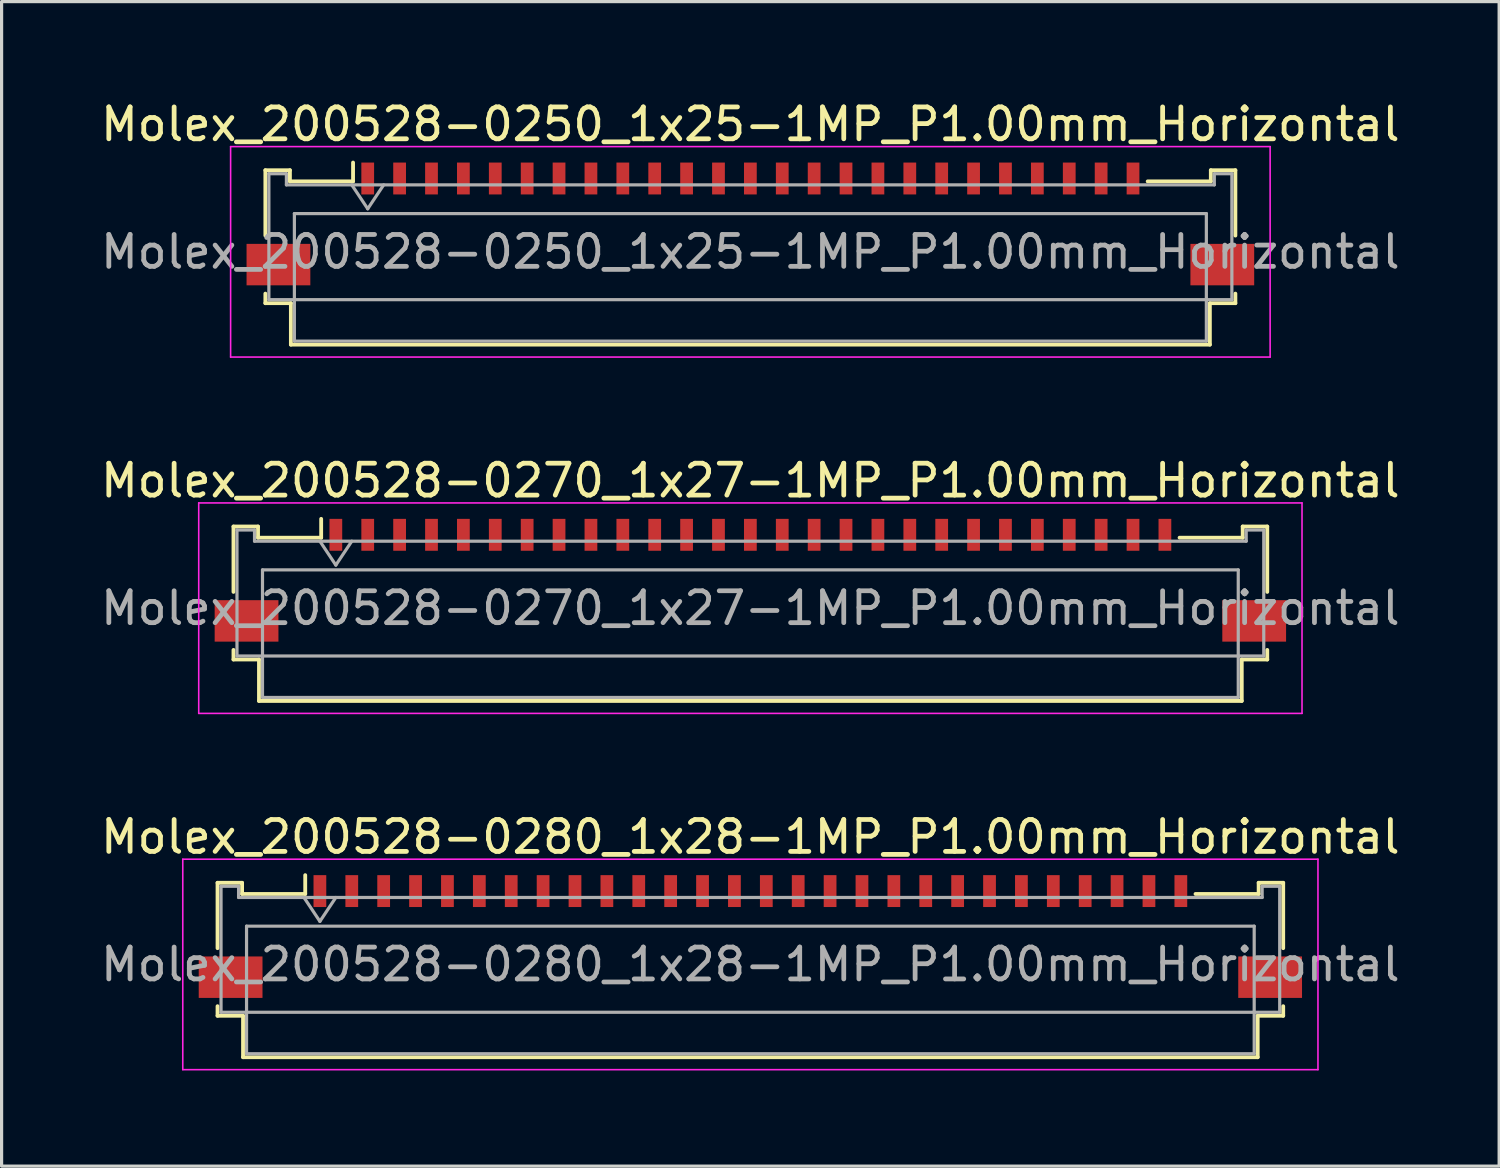
<source format=kicad_pcb>
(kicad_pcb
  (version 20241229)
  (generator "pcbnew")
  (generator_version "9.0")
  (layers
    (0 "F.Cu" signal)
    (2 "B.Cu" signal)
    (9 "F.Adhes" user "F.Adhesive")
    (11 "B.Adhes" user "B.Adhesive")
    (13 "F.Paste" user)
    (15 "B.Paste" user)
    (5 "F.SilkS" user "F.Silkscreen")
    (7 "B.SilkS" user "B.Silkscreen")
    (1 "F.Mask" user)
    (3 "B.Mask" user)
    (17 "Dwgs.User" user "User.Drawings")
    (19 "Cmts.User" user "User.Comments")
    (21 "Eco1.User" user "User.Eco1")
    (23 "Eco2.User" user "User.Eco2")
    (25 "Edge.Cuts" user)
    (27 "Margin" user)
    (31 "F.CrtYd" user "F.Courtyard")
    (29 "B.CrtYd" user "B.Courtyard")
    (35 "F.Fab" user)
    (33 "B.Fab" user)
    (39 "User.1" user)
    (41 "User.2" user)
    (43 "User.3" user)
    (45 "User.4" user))
  (footprint "Molex_200528-0270_1x27-1MP_P1.00mm_Horizontal"
    (layer "F.Cu")
    (at 20.482 14.632)
    (property "Reference" "Molex_200528-0270_1x27-1MP_P1.00mm_Horizontal" (at 0 -2.61 0) (layer "F.SilkS") (effects (font (size 1 1) (thickness 0.15))))
    (attr smd)
    (fp_line (start -16.21 -1.17) (end -16.21 0.88) (stroke (width 0.12) (type solid)) (layer "F.SilkS"))
    (fp_line (start -16.21 2.7) (end -16.21 3) (stroke (width 0.12) (type solid)) (layer "F.SilkS"))
    (fp_line (start -16.21 3) (end -15.41 3) (stroke (width 0.12) (type solid)) (layer "F.SilkS"))
    (fp_line (start -15.44 -1.17) (end -16.21 -1.17) (stroke (width 0.12) (type solid)) (layer "F.SilkS"))
    (fp_line (start -15.44 -0.82) (end -15.44 -1.17) (stroke (width 0.12) (type solid)) (layer "F.SilkS"))
    (fp_line (start -15.41 3) (end -15.41 4.3) (stroke (width 0.12) (type solid)) (layer "F.SilkS"))
    (fp_line (start -15.41 4.3) (end 15.41 4.3) (stroke (width 0.12) (type solid)) (layer "F.SilkS"))
    (fp_line (start -13.46 -1.41) (end -13.46 -0.82) (stroke (width 0.12) (type solid)) (layer "F.SilkS"))
    (fp_line (start -13.46 -0.82) (end -15.44 -0.82) (stroke (width 0.12) (type solid)) (layer "F.SilkS"))
    (fp_line (start 15.41 3) (end 16.21 3) (stroke (width 0.12) (type solid)) (layer "F.SilkS"))
    (fp_line (start 15.41 4.3) (end 15.41 3) (stroke (width 0.12) (type solid)) (layer "F.SilkS"))
    (fp_line (start 15.44 -1.17) (end 15.44 -0.82) (stroke (width 0.12) (type solid)) (layer "F.SilkS"))
    (fp_line (start 15.44 -0.82) (end 13.46 -0.82) (stroke (width 0.12) (type solid)) (layer "F.SilkS"))
    (fp_line (start 16.21 -1.17) (end 15.44 -1.17) (stroke (width 0.12) (type solid)) (layer "F.SilkS"))
    (fp_line (start 16.21 0.88) (end 16.21 -1.17) (stroke (width 0.12) (type solid)) (layer "F.SilkS"))
    (fp_line (start 16.21 3) (end 16.21 2.7) (stroke (width 0.12) (type solid)) (layer "F.SilkS"))
    (fp_line (start -17.3 -1.91) (end -17.3 4.69) (stroke (width 0.05) (type solid)) (layer "F.CrtYd"))
    (fp_line (start -17.3 4.69) (end 17.3 4.69) (stroke (width 0.05) (type solid)) (layer "F.CrtYd"))
    (fp_line (start 17.3 -1.91) (end -17.3 -1.91) (stroke (width 0.05) (type solid)) (layer "F.CrtYd"))
    (fp_line (start 17.3 4.69) (end 17.3 -1.91) (stroke (width 0.05) (type solid)) (layer "F.CrtYd"))
    (fp_line (start -16.1 -1.06) (end -16.1 2.89) (stroke (width 0.1) (type solid)) (layer "F.Fab"))
    (fp_line (start -16.1 2.89) (end 16.1 2.89) (stroke (width 0.1) (type solid)) (layer "F.Fab"))
    (fp_line (start -15.55 -1.06) (end -16.1 -1.06) (stroke (width 0.1) (type solid)) (layer "F.Fab"))
    (fp_line (start -15.55 -0.71) (end -15.55 -1.06) (stroke (width 0.1) (type solid)) (layer "F.Fab"))
    (fp_line (start -15.3 0.19) (end -15.3 4.19) (stroke (width 0.1) (type solid)) (layer "F.Fab"))
    (fp_line (start -15.3 4.19) (end 15.3 4.19) (stroke (width 0.1) (type solid)) (layer "F.Fab"))
    (fp_line (start -13.5 -0.71) (end -13 0.04) (stroke (width 0.1) (type solid)) (layer "F.Fab"))
    (fp_line (start -13 0.04) (end -12.5 -0.71) (stroke (width 0.1) (type solid)) (layer "F.Fab"))
    (fp_line (start 15.3 0.19) (end -15.3 0.19) (stroke (width 0.1) (type solid)) (layer "F.Fab"))
    (fp_line (start 15.3 4.19) (end 15.3 0.19) (stroke (width 0.1) (type solid)) (layer "F.Fab"))
    (fp_line (start 15.55 -1.06) (end 15.55 -0.71) (stroke (width 0.1) (type solid)) (layer "F.Fab"))
    (fp_line (start 15.55 -0.71) (end -15.55 -0.71) (stroke (width 0.1) (type solid)) (layer "F.Fab"))
    (fp_line (start 16.1 -1.06) (end 15.55 -1.06) (stroke (width 0.1) (type solid)) (layer "F.Fab"))
    (fp_line (start 16.1 2.89) (end 16.1 -1.06) (stroke (width 0.1) (type solid)) (layer "F.Fab"))
    (fp_text user "${REFERENCE}" (at 0 1.39 0) (layer "F.Fab") (effects (font (size 1 1) (thickness 0.15))))
    (pad "1" smd rect (at -13 -0.91) (size 0.4 1) (layers "F.Cu" "F.Mask" "F.Paste"))
    (pad "2" smd rect (at -12 -0.91) (size 0.4 1) (layers "F.Cu" "F.Mask" "F.Paste"))
    (pad "3" smd rect (at -11 -0.91) (size 0.4 1) (layers "F.Cu" "F.Mask" "F.Paste"))
    (pad "4" smd rect (at -10 -0.91) (size 0.4 1) (layers "F.Cu" "F.Mask" "F.Paste"))
    (pad "5" smd rect (at -9 -0.91) (size 0.4 1) (layers "F.Cu" "F.Mask" "F.Paste"))
    (pad "6" smd rect (at -8 -0.91) (size 0.4 1) (layers "F.Cu" "F.Mask" "F.Paste"))
    (pad "7" smd rect (at -7 -0.91) (size 0.4 1) (layers "F.Cu" "F.Mask" "F.Paste"))
    (pad "8" smd rect (at -6 -0.91) (size 0.4 1) (layers "F.Cu" "F.Mask" "F.Paste"))
    (pad "9" smd rect (at -5 -0.91) (size 0.4 1) (layers "F.Cu" "F.Mask" "F.Paste"))
    (pad "10" smd rect (at -4 -0.91) (size 0.4 1) (layers "F.Cu" "F.Mask" "F.Paste"))
    (pad "11" smd rect (at -3 -0.91) (size 0.4 1) (layers "F.Cu" "F.Mask" "F.Paste"))
    (pad "12" smd rect (at -2 -0.91) (size 0.4 1) (layers "F.Cu" "F.Mask" "F.Paste"))
    (pad "13" smd rect (at -1 -0.91) (size 0.4 1) (layers "F.Cu" "F.Mask" "F.Paste"))
    (pad "14" smd rect (at 0 -0.91) (size 0.4 1) (layers "F.Cu" "F.Mask" "F.Paste"))
    (pad "15" smd rect (at 1 -0.91) (size 0.4 1) (layers "F.Cu" "F.Mask" "F.Paste"))
    (pad "16" smd rect (at 2 -0.91) (size 0.4 1) (layers "F.Cu" "F.Mask" "F.Paste"))
    (pad "17" smd rect (at 3 -0.91) (size 0.4 1) (layers "F.Cu" "F.Mask" "F.Paste"))
    (pad "18" smd rect (at 4 -0.91) (size 0.4 1) (layers "F.Cu" "F.Mask" "F.Paste"))
    (pad "19" smd rect (at 5 -0.91) (size 0.4 1) (layers "F.Cu" "F.Mask" "F.Paste"))
    (pad "20" smd rect (at 6 -0.91) (size 0.4 1) (layers "F.Cu" "F.Mask" "F.Paste"))
    (pad "21" smd rect (at 7 -0.91) (size 0.4 1) (layers "F.Cu" "F.Mask" "F.Paste"))
    (pad "22" smd rect (at 8 -0.91) (size 0.4 1) (layers "F.Cu" "F.Mask" "F.Paste"))
    (pad "23" smd rect (at 9 -0.91) (size 0.4 1) (layers "F.Cu" "F.Mask" "F.Paste"))
    (pad "24" smd rect (at 10 -0.91) (size 0.4 1) (layers "F.Cu" "F.Mask" "F.Paste"))
    (pad "25" smd rect (at 11 -0.91) (size 0.4 1) (layers "F.Cu" "F.Mask" "F.Paste"))
    (pad "26" smd rect (at 12 -0.91) (size 0.4 1) (layers "F.Cu" "F.Mask" "F.Paste"))
    (pad "27" smd rect (at 13 -0.91) (size 0.4 1) (layers "F.Cu" "F.Mask" "F.Paste"))
    (pad "MP" smd rect (at -15.8 1.79) (size 2 1.3) (layers "F.Cu" "F.Mask" "F.Paste"))
    (pad "MP" smd rect (at 15.8 1.79) (size 2 1.3) (layers "F.Cu" "F.Mask" "F.Paste")))
  (footprint "Molex_200528-0250_1x25-1MP_P1.00mm_Horizontal"
    (layer "F.Cu")
    (at 20.482 3.458)
    (property "Reference" "Molex_200528-0250_1x25-1MP_P1.00mm_Horizontal" (at 0 -2.61 0) (layer "F.SilkS") (effects (font (size 1 1) (thickness 0.15))))
    (attr smd)
    (fp_line (start -15.21 -1.17) (end -15.21 0.88) (stroke (width 0.12) (type solid)) (layer "F.SilkS"))
    (fp_line (start -15.21 2.7) (end -15.21 3) (stroke (width 0.12) (type solid)) (layer "F.SilkS"))
    (fp_line (start -15.21 3) (end -14.41 3) (stroke (width 0.12) (type solid)) (layer "F.SilkS"))
    (fp_line (start -14.44 -1.17) (end -15.21 -1.17) (stroke (width 0.12) (type solid)) (layer "F.SilkS"))
    (fp_line (start -14.44 -0.82) (end -14.44 -1.17) (stroke (width 0.12) (type solid)) (layer "F.SilkS"))
    (fp_line (start -14.41 3) (end -14.41 4.3) (stroke (width 0.12) (type solid)) (layer "F.SilkS"))
    (fp_line (start -14.41 4.3) (end 14.41 4.3) (stroke (width 0.12) (type solid)) (layer "F.SilkS"))
    (fp_line (start -12.46 -1.41) (end -12.46 -0.82) (stroke (width 0.12) (type solid)) (layer "F.SilkS"))
    (fp_line (start -12.46 -0.82) (end -14.44 -0.82) (stroke (width 0.12) (type solid)) (layer "F.SilkS"))
    (fp_line (start 14.41 3) (end 15.21 3) (stroke (width 0.12) (type solid)) (layer "F.SilkS"))
    (fp_line (start 14.41 4.3) (end 14.41 3) (stroke (width 0.12) (type solid)) (layer "F.SilkS"))
    (fp_line (start 14.44 -1.17) (end 14.44 -0.82) (stroke (width 0.12) (type solid)) (layer "F.SilkS"))
    (fp_line (start 14.44 -0.82) (end 12.46 -0.82) (stroke (width 0.12) (type solid)) (layer "F.SilkS"))
    (fp_line (start 15.21 -1.17) (end 14.44 -1.17) (stroke (width 0.12) (type solid)) (layer "F.SilkS"))
    (fp_line (start 15.21 0.88) (end 15.21 -1.17) (stroke (width 0.12) (type solid)) (layer "F.SilkS"))
    (fp_line (start 15.21 3) (end 15.21 2.7) (stroke (width 0.12) (type solid)) (layer "F.SilkS"))
    (fp_line (start -16.3 -1.91) (end -16.3 4.69) (stroke (width 0.05) (type solid)) (layer "F.CrtYd"))
    (fp_line (start -16.3 4.69) (end 16.3 4.69) (stroke (width 0.05) (type solid)) (layer "F.CrtYd"))
    (fp_line (start 16.3 -1.91) (end -16.3 -1.91) (stroke (width 0.05) (type solid)) (layer "F.CrtYd"))
    (fp_line (start 16.3 4.69) (end 16.3 -1.91) (stroke (width 0.05) (type solid)) (layer "F.CrtYd"))
    (fp_line (start -15.1 -1.06) (end -15.1 2.89) (stroke (width 0.1) (type solid)) (layer "F.Fab"))
    (fp_line (start -15.1 2.89) (end 15.1 2.89) (stroke (width 0.1) (type solid)) (layer "F.Fab"))
    (fp_line (start -14.55 -1.06) (end -15.1 -1.06) (stroke (width 0.1) (type solid)) (layer "F.Fab"))
    (fp_line (start -14.55 -0.71) (end -14.55 -1.06) (stroke (width 0.1) (type solid)) (layer "F.Fab"))
    (fp_line (start -14.3 0.19) (end -14.3 4.19) (stroke (width 0.1) (type solid)) (layer "F.Fab"))
    (fp_line (start -14.3 4.19) (end 14.3 4.19) (stroke (width 0.1) (type solid)) (layer "F.Fab"))
    (fp_line (start -12.5 -0.71) (end -12 0.04) (stroke (width 0.1) (type solid)) (layer "F.Fab"))
    (fp_line (start -12 0.04) (end -11.5 -0.71) (stroke (width 0.1) (type solid)) (layer "F.Fab"))
    (fp_line (start 14.3 0.19) (end -14.3 0.19) (stroke (width 0.1) (type solid)) (layer "F.Fab"))
    (fp_line (start 14.3 4.19) (end 14.3 0.19) (stroke (width 0.1) (type solid)) (layer "F.Fab"))
    (fp_line (start 14.55 -1.06) (end 14.55 -0.71) (stroke (width 0.1) (type solid)) (layer "F.Fab"))
    (fp_line (start 14.55 -0.71) (end -14.55 -0.71) (stroke (width 0.1) (type solid)) (layer "F.Fab"))
    (fp_line (start 15.1 -1.06) (end 14.55 -1.06) (stroke (width 0.1) (type solid)) (layer "F.Fab"))
    (fp_line (start 15.1 2.89) (end 15.1 -1.06) (stroke (width 0.1) (type solid)) (layer "F.Fab"))
    (fp_text user "${REFERENCE}" (at 0 1.39 0) (layer "F.Fab") (effects (font (size 1 1) (thickness 0.15))))
    (pad "1" smd rect (at -12 -0.91) (size 0.4 1) (layers "F.Cu" "F.Mask" "F.Paste"))
    (pad "2" smd rect (at -11 -0.91) (size 0.4 1) (layers "F.Cu" "F.Mask" "F.Paste"))
    (pad "3" smd rect (at -10 -0.91) (size 0.4 1) (layers "F.Cu" "F.Mask" "F.Paste"))
    (pad "4" smd rect (at -9 -0.91) (size 0.4 1) (layers "F.Cu" "F.Mask" "F.Paste"))
    (pad "5" smd rect (at -8 -0.91) (size 0.4 1) (layers "F.Cu" "F.Mask" "F.Paste"))
    (pad "6" smd rect (at -7 -0.91) (size 0.4 1) (layers "F.Cu" "F.Mask" "F.Paste"))
    (pad "7" smd rect (at -6 -0.91) (size 0.4 1) (layers "F.Cu" "F.Mask" "F.Paste"))
    (pad "8" smd rect (at -5 -0.91) (size 0.4 1) (layers "F.Cu" "F.Mask" "F.Paste"))
    (pad "9" smd rect (at -4 -0.91) (size 0.4 1) (layers "F.Cu" "F.Mask" "F.Paste"))
    (pad "10" smd rect (at -3 -0.91) (size 0.4 1) (layers "F.Cu" "F.Mask" "F.Paste"))
    (pad "11" smd rect (at -2 -0.91) (size 0.4 1) (layers "F.Cu" "F.Mask" "F.Paste"))
    (pad "12" smd rect (at -1 -0.91) (size 0.4 1) (layers "F.Cu" "F.Mask" "F.Paste"))
    (pad "13" smd rect (at 0 -0.91) (size 0.4 1) (layers "F.Cu" "F.Mask" "F.Paste"))
    (pad "14" smd rect (at 1 -0.91) (size 0.4 1) (layers "F.Cu" "F.Mask" "F.Paste"))
    (pad "15" smd rect (at 2 -0.91) (size 0.4 1) (layers "F.Cu" "F.Mask" "F.Paste"))
    (pad "16" smd rect (at 3 -0.91) (size 0.4 1) (layers "F.Cu" "F.Mask" "F.Paste"))
    (pad "17" smd rect (at 4 -0.91) (size 0.4 1) (layers "F.Cu" "F.Mask" "F.Paste"))
    (pad "18" smd rect (at 5 -0.91) (size 0.4 1) (layers "F.Cu" "F.Mask" "F.Paste"))
    (pad "19" smd rect (at 6 -0.91) (size 0.4 1) (layers "F.Cu" "F.Mask" "F.Paste"))
    (pad "20" smd rect (at 7 -0.91) (size 0.4 1) (layers "F.Cu" "F.Mask" "F.Paste"))
    (pad "21" smd rect (at 8 -0.91) (size 0.4 1) (layers "F.Cu" "F.Mask" "F.Paste"))
    (pad "22" smd rect (at 9 -0.91) (size 0.4 1) (layers "F.Cu" "F.Mask" "F.Paste"))
    (pad "23" smd rect (at 10 -0.91) (size 0.4 1) (layers "F.Cu" "F.Mask" "F.Paste"))
    (pad "24" smd rect (at 11 -0.91) (size 0.4 1) (layers "F.Cu" "F.Mask" "F.Paste"))
    (pad "25" smd rect (at 12 -0.91) (size 0.4 1) (layers "F.Cu" "F.Mask" "F.Paste"))
    (pad "MP" smd rect (at -14.8 1.79) (size 2 1.3) (layers "F.Cu" "F.Mask" "F.Paste"))
    (pad "MP" smd rect (at 14.8 1.79) (size 2 1.3) (layers "F.Cu" "F.Mask" "F.Paste")))
  (footprint "Molex_200528-0280_1x28-1MP_P1.00mm_Horizontal"
    (layer "F.Cu")
    (at 20.482 25.805)
    (property "Reference" "Molex_200528-0280_1x28-1MP_P1.00mm_Horizontal" (at 0 -2.61 0) (layer "F.SilkS") (effects (font (size 1 1) (thickness 0.15))))
    (attr smd)
    (fp_line (start -16.71 -1.17) (end -16.71 0.88) (stroke (width 0.12) (type solid)) (layer "F.SilkS"))
    (fp_line (start -16.71 2.7) (end -16.71 3) (stroke (width 0.12) (type solid)) (layer "F.SilkS"))
    (fp_line (start -16.71 3) (end -15.91 3) (stroke (width 0.12) (type solid)) (layer "F.SilkS"))
    (fp_line (start -15.94 -1.17) (end -16.71 -1.17) (stroke (width 0.12) (type solid)) (layer "F.SilkS"))
    (fp_line (start -15.94 -0.82) (end -15.94 -1.17) (stroke (width 0.12) (type solid)) (layer "F.SilkS"))
    (fp_line (start -15.91 3) (end -15.91 4.3) (stroke (width 0.12) (type solid)) (layer "F.SilkS"))
    (fp_line (start -15.91 4.3) (end 15.91 4.3) (stroke (width 0.12) (type solid)) (layer "F.SilkS"))
    (fp_line (start -13.96 -1.41) (end -13.96 -0.82) (stroke (width 0.12) (type solid)) (layer "F.SilkS"))
    (fp_line (start -13.96 -0.82) (end -15.94 -0.82) (stroke (width 0.12) (type solid)) (layer "F.SilkS"))
    (fp_line (start 15.91 3) (end 16.71 3) (stroke (width 0.12) (type solid)) (layer "F.SilkS"))
    (fp_line (start 15.91 4.3) (end 15.91 3) (stroke (width 0.12) (type solid)) (layer "F.SilkS"))
    (fp_line (start 15.94 -1.17) (end 15.94 -0.82) (stroke (width 0.12) (type solid)) (layer "F.SilkS"))
    (fp_line (start 15.94 -0.82) (end 13.96 -0.82) (stroke (width 0.12) (type solid)) (layer "F.SilkS"))
    (fp_line (start 16.71 -1.17) (end 15.94 -1.17) (stroke (width 0.12) (type solid)) (layer "F.SilkS"))
    (fp_line (start 16.71 0.88) (end 16.71 -1.17) (stroke (width 0.12) (type solid)) (layer "F.SilkS"))
    (fp_line (start 16.71 3) (end 16.71 2.7) (stroke (width 0.12) (type solid)) (layer "F.SilkS"))
    (fp_line (start -17.8 -1.91) (end -17.8 4.69) (stroke (width 0.05) (type solid)) (layer "F.CrtYd"))
    (fp_line (start -17.8 4.69) (end 17.8 4.69) (stroke (width 0.05) (type solid)) (layer "F.CrtYd"))
    (fp_line (start 17.8 -1.91) (end -17.8 -1.91) (stroke (width 0.05) (type solid)) (layer "F.CrtYd"))
    (fp_line (start 17.8 4.69) (end 17.8 -1.91) (stroke (width 0.05) (type solid)) (layer "F.CrtYd"))
    (fp_line (start -16.6 -1.06) (end -16.6 2.89) (stroke (width 0.1) (type solid)) (layer "F.Fab"))
    (fp_line (start -16.6 2.89) (end 16.6 2.89) (stroke (width 0.1) (type solid)) (layer "F.Fab"))
    (fp_line (start -16.05 -1.06) (end -16.6 -1.06) (stroke (width 0.1) (type solid)) (layer "F.Fab"))
    (fp_line (start -16.05 -0.71) (end -16.05 -1.06) (stroke (width 0.1) (type solid)) (layer "F.Fab"))
    (fp_line (start -15.8 0.19) (end -15.8 4.19) (stroke (width 0.1) (type solid)) (layer "F.Fab"))
    (fp_line (start -15.8 4.19) (end 15.8 4.19) (stroke (width 0.1) (type solid)) (layer "F.Fab"))
    (fp_line (start -14 -0.71) (end -13.5 0.04) (stroke (width 0.1) (type solid)) (layer "F.Fab"))
    (fp_line (start -13.5 0.04) (end -13 -0.71) (stroke (width 0.1) (type solid)) (layer "F.Fab"))
    (fp_line (start 15.8 0.19) (end -15.8 0.19) (stroke (width 0.1) (type solid)) (layer "F.Fab"))
    (fp_line (start 15.8 4.19) (end 15.8 0.19) (stroke (width 0.1) (type solid)) (layer "F.Fab"))
    (fp_line (start 16.05 -1.06) (end 16.05 -0.71) (stroke (width 0.1) (type solid)) (layer "F.Fab"))
    (fp_line (start 16.05 -0.71) (end -16.05 -0.71) (stroke (width 0.1) (type solid)) (layer "F.Fab"))
    (fp_line (start 16.6 -1.06) (end 16.05 -1.06) (stroke (width 0.1) (type solid)) (layer "F.Fab"))
    (fp_line (start 16.6 2.89) (end 16.6 -1.06) (stroke (width 0.1) (type solid)) (layer "F.Fab"))
    (fp_text user "${REFERENCE}" (at 0 1.39 0) (layer "F.Fab") (effects (font (size 1 1) (thickness 0.15))))
    (pad "1" smd rect (at -13.5 -0.91) (size 0.4 1) (layers "F.Cu" "F.Mask" "F.Paste"))
    (pad "2" smd rect (at -12.5 -0.91) (size 0.4 1) (layers "F.Cu" "F.Mask" "F.Paste"))
    (pad "3" smd rect (at -11.5 -0.91) (size 0.4 1) (layers "F.Cu" "F.Mask" "F.Paste"))
    (pad "4" smd rect (at -10.5 -0.91) (size 0.4 1) (layers "F.Cu" "F.Mask" "F.Paste"))
    (pad "5" smd rect (at -9.5 -0.91) (size 0.4 1) (layers "F.Cu" "F.Mask" "F.Paste"))
    (pad "6" smd rect (at -8.5 -0.91) (size 0.4 1) (layers "F.Cu" "F.Mask" "F.Paste"))
    (pad "7" smd rect (at -7.5 -0.91) (size 0.4 1) (layers "F.Cu" "F.Mask" "F.Paste"))
    (pad "8" smd rect (at -6.5 -0.91) (size 0.4 1) (layers "F.Cu" "F.Mask" "F.Paste"))
    (pad "9" smd rect (at -5.5 -0.91) (size 0.4 1) (layers "F.Cu" "F.Mask" "F.Paste"))
    (pad "10" smd rect (at -4.5 -0.91) (size 0.4 1) (layers "F.Cu" "F.Mask" "F.Paste"))
    (pad "11" smd rect (at -3.5 -0.91) (size 0.4 1) (layers "F.Cu" "F.Mask" "F.Paste"))
    (pad "12" smd rect (at -2.5 -0.91) (size 0.4 1) (layers "F.Cu" "F.Mask" "F.Paste"))
    (pad "13" smd rect (at -1.5 -0.91) (size 0.4 1) (layers "F.Cu" "F.Mask" "F.Paste"))
    (pad "14" smd rect (at -0.5 -0.91) (size 0.4 1) (layers "F.Cu" "F.Mask" "F.Paste"))
    (pad "15" smd rect (at 0.5 -0.91) (size 0.4 1) (layers "F.Cu" "F.Mask" "F.Paste"))
    (pad "16" smd rect (at 1.5 -0.91) (size 0.4 1) (layers "F.Cu" "F.Mask" "F.Paste"))
    (pad "17" smd rect (at 2.5 -0.91) (size 0.4 1) (layers "F.Cu" "F.Mask" "F.Paste"))
    (pad "18" smd rect (at 3.5 -0.91) (size 0.4 1) (layers "F.Cu" "F.Mask" "F.Paste"))
    (pad "19" smd rect (at 4.5 -0.91) (size 0.4 1) (layers "F.Cu" "F.Mask" "F.Paste"))
    (pad "20" smd rect (at 5.5 -0.91) (size 0.4 1) (layers "F.Cu" "F.Mask" "F.Paste"))
    (pad "21" smd rect (at 6.5 -0.91) (size 0.4 1) (layers "F.Cu" "F.Mask" "F.Paste"))
    (pad "22" smd rect (at 7.5 -0.91) (size 0.4 1) (layers "F.Cu" "F.Mask" "F.Paste"))
    (pad "23" smd rect (at 8.5 -0.91) (size 0.4 1) (layers "F.Cu" "F.Mask" "F.Paste"))
    (pad "24" smd rect (at 9.5 -0.91) (size 0.4 1) (layers "F.Cu" "F.Mask" "F.Paste"))
    (pad "25" smd rect (at 10.5 -0.91) (size 0.4 1) (layers "F.Cu" "F.Mask" "F.Paste"))
    (pad "26" smd rect (at 11.5 -0.91) (size 0.4 1) (layers "F.Cu" "F.Mask" "F.Paste"))
    (pad "27" smd rect (at 12.5 -0.91) (size 0.4 1) (layers "F.Cu" "F.Mask" "F.Paste"))
    (pad "28" smd rect (at 13.5 -0.91) (size 0.4 1) (layers "F.Cu" "F.Mask" "F.Paste"))
    (pad "MP" smd rect (at -16.3 1.79) (size 2 1.3) (layers "F.Cu" "F.Mask" "F.Paste"))
    (pad "MP" smd rect (at 16.3 1.79) (size 2 1.3) (layers "F.Cu" "F.Mask" "F.Paste")))
  (gr_rect
    (start -3 -3)
    (end 43.964 33.52)
    (stroke (width 0.1) (type default))
    (fill no)
    (layer "Edge.Cuts")))
</source>
